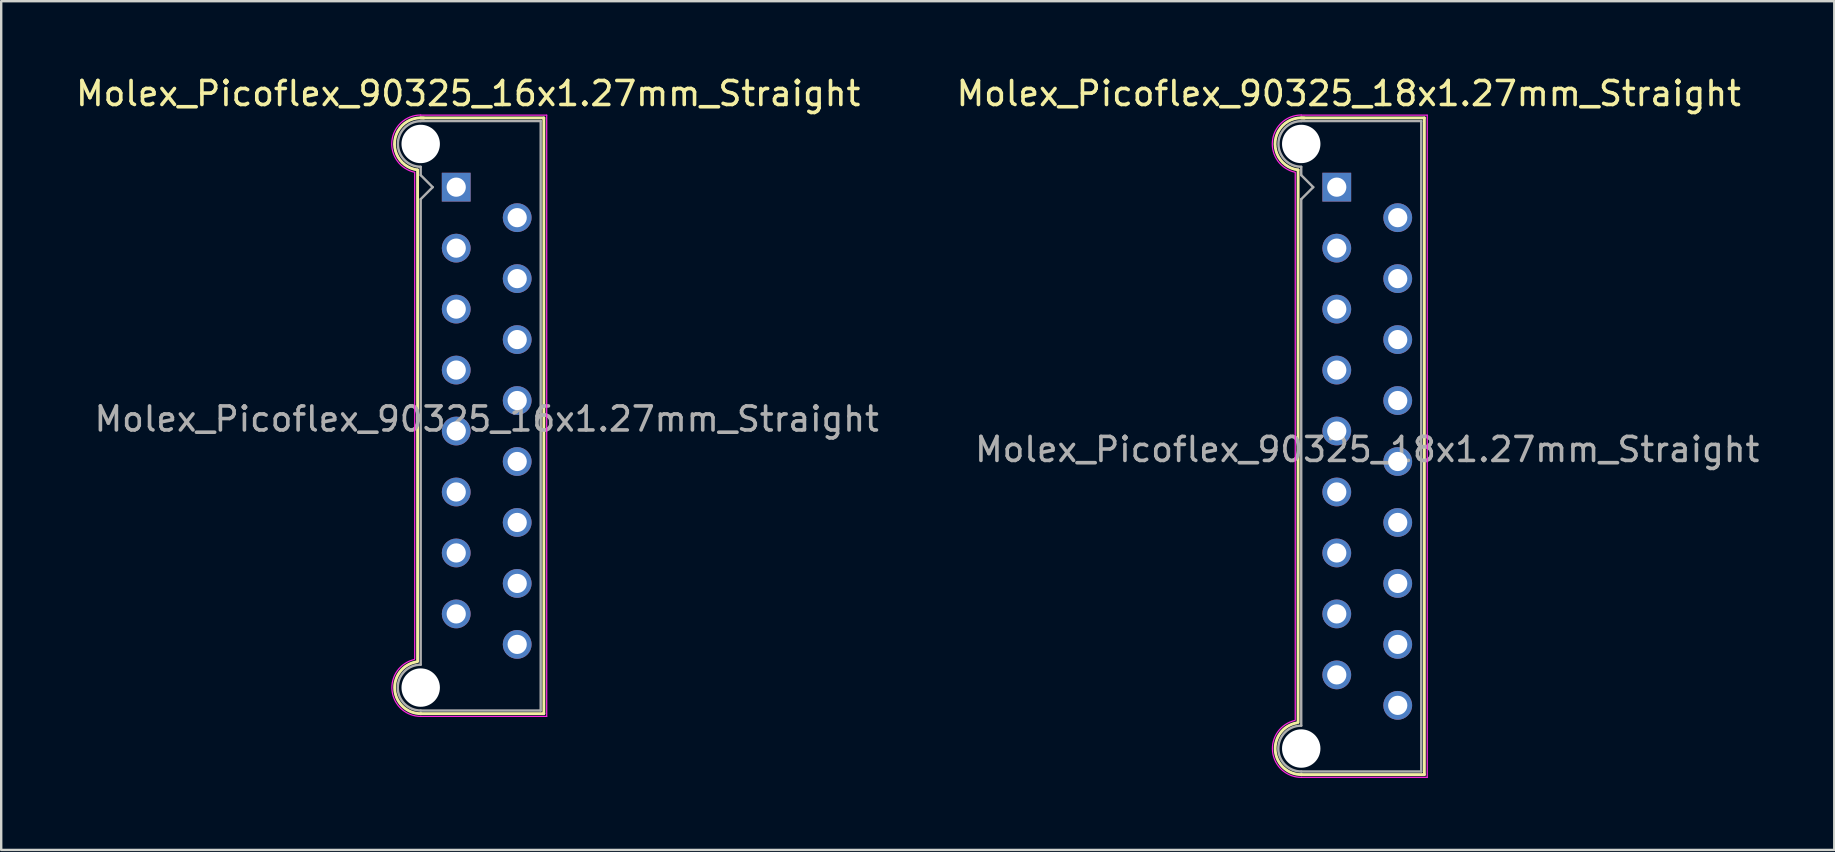
<source format=kicad_pcb>
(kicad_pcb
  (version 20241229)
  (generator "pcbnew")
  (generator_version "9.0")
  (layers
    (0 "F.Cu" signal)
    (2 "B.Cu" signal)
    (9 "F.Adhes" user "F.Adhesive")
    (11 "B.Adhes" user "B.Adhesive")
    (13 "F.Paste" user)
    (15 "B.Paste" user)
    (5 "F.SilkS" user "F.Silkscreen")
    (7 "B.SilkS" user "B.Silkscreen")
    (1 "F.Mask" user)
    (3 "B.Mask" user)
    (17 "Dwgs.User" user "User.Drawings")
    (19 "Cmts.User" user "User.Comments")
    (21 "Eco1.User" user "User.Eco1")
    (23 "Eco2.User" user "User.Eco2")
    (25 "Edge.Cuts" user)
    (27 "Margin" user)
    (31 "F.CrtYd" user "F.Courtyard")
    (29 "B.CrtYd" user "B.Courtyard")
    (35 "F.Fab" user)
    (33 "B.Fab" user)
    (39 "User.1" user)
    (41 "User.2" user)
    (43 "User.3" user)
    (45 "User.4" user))
  (footprint "Molex_Picoflex_90325_18x1.27mm_Straight"
    (layer "F.Cu")
    (at 52.645 4.748)
    (property "Reference" "Molex_Picoflex_90325_18x1.27mm_Straight" (at 0.5 -3.9 0) (layer "F.SilkS") (effects (font (size 1 1) (thickness 0.15))))
    (attr through_hole)
    (fp_line (start -1.61 -0.715) (end -1.61 22.305) (stroke (width 0.12) (type solid)) (layer "F.SilkS"))
    (fp_line (start -1.48 -2.885) (end 3.65 -2.885) (stroke (width 0.12) (type solid)) (layer "F.SilkS"))
    (fp_line (start 3.65 -2.885) (end 3.65 24.475) (stroke (width 0.12) (type solid)) (layer "F.SilkS"))
    (fp_line (start 3.65 24.475) (end -1.48 24.475) (stroke (width 0.12) (type solid)) (layer "F.SilkS"))
    (fp_arc (start -1.61 -0.72) (mid -2.56 -1.93) (end -1.35 -2.88) (stroke (width 0.12) (type solid)) (layer "F.SilkS"))
    (fp_arc (start -1.47 24.475) (mid -2.56 23.494526) (end -1.678256 22.32322) (stroke (width 0.12) (type solid)) (layer "F.SilkS"))
    (fp_line (start -1.73 -0.6) (end -1.73 22.19) (stroke (width 0.05) (type solid)) (layer "F.CrtYd"))
    (fp_line (start -1.48 -3) (end 3.77 -3) (stroke (width 0.05) (type solid)) (layer "F.CrtYd"))
    (fp_line (start 3.77 -3) (end 3.77 24.59) (stroke (width 0.05) (type solid)) (layer "F.CrtYd"))
    (fp_line (start 3.77 24.59) (end -1.48 24.59) (stroke (width 0.05) (type solid)) (layer "F.CrtYd"))
    (fp_arc (start -1.73 -0.62) (mid -2.679668 -1.925287) (end -1.480799 -3.006192) (stroke (width 0.05) (type solid)) (layer "F.CrtYd"))
    (fp_arc (start -1.47 24.59) (mid -2.672381 23.52538) (end -1.739276 22.218302) (stroke (width 0.05) (type solid)) (layer "F.CrtYd"))
    (fp_line (start -1.48 -2.755) (end 3.52 -2.755) (stroke (width 0.1) (type solid)) (layer "F.Fab"))
    (fp_line (start -1.48 -0.845) (end -1.48 -0.5) (stroke (width 0.1) (type solid)) (layer "F.Fab"))
    (fp_line (start -1.48 -0.5) (end -0.98 0) (stroke (width 0.1) (type solid)) (layer "F.Fab"))
    (fp_line (start -1.48 0.5) (end -1.48 22.435) (stroke (width 0.1) (type solid)) (layer "F.Fab"))
    (fp_line (start -0.98 0) (end -1.48 0.5) (stroke (width 0.1) (type solid)) (layer "F.Fab"))
    (fp_line (start 3.52 -2.755) (end 3.52 24.345) (stroke (width 0.1) (type solid)) (layer "F.Fab"))
    (fp_line (start 3.52 24.345) (end -1.48 24.345) (stroke (width 0.1) (type solid)) (layer "F.Fab"))
    (fp_arc (start -1.48 -0.85) (mid -2.43 -1.8) (end -1.48 -2.75) (stroke (width 0.1) (type solid)) (layer "F.Fab"))
    (fp_arc (start -1.48 24.345) (mid -2.435 23.39) (end -1.48 22.435) (stroke (width 0.1) (type solid)) (layer "F.Fab"))
    (fp_text user "${REFERENCE}" (at 1.27 10.93 0) (layer "F.Fab") (effects (font (size 1 1) (thickness 0.15))))
    (pad "" np_thru_hole circle (at -1.48 -1.8) (size 1.6 1.6) (drill 1.6) (layers "*.Cu"))
    (pad "" np_thru_hole circle (at -1.48 23.39) (size 1.6 1.6) (drill 1.6) (layers "*.Cu"))
    (pad "1" thru_hole rect (at 0 0) (size 1.2 1.2) (drill 0.8) (layers "*.Cu" "*.Mask"))
    (pad "2" thru_hole circle (at 2.54 1.27) (size 1.2 1.2) (drill 0.8) (layers "*.Cu" "*.Mask"))
    (pad "3" thru_hole circle (at 0 2.54) (size 1.2 1.2) (drill 0.8) (layers "*.Cu" "*.Mask"))
    (pad "4" thru_hole circle (at 2.54 3.81) (size 1.2 1.2) (drill 0.8) (layers "*.Cu" "*.Mask"))
    (pad "5" thru_hole circle (at 0 5.08) (size 1.2 1.2) (drill 0.8) (layers "*.Cu" "*.Mask"))
    (pad "6" thru_hole circle (at 2.54 6.35) (size 1.2 1.2) (drill 0.8) (layers "*.Cu" "*.Mask"))
    (pad "7" thru_hole circle (at 0 7.62) (size 1.2 1.2) (drill 0.8) (layers "*.Cu" "*.Mask"))
    (pad "8" thru_hole circle (at 2.54 8.89) (size 1.2 1.2) (drill 0.8) (layers "*.Cu" "*.Mask"))
    (pad "9" thru_hole circle (at 0 10.16) (size 1.2 1.2) (drill 0.8) (layers "*.Cu" "*.Mask"))
    (pad "10" thru_hole circle (at 2.54 11.43) (size 1.2 1.2) (drill 0.8) (layers "*.Cu" "*.Mask"))
    (pad "11" thru_hole circle (at 0 12.7) (size 1.2 1.2) (drill 0.8) (layers "*.Cu" "*.Mask"))
    (pad "12" thru_hole circle (at 2.54 13.97) (size 1.2 1.2) (drill 0.8) (layers "*.Cu" "*.Mask"))
    (pad "13" thru_hole circle (at 0 15.24) (size 1.2 1.2) (drill 0.8) (layers "*.Cu" "*.Mask"))
    (pad "14" thru_hole circle (at 2.54 16.51) (size 1.2 1.2) (drill 0.8) (layers "*.Cu" "*.Mask"))
    (pad "15" thru_hole circle (at 0 17.78) (size 1.2 1.2) (drill 0.8) (layers "*.Cu" "*.Mask"))
    (pad "16" thru_hole circle (at 2.54 19.05) (size 1.2 1.2) (drill 0.8) (layers "*.Cu" "*.Mask"))
    (pad "17" thru_hole circle (at 0 20.32) (size 1.2 1.2) (drill 0.8) (layers "*.Cu" "*.Mask"))
    (pad "18" thru_hole circle (at 2.54 21.59) (size 1.2 1.2) (drill 0.8) (layers "*.Cu" "*.Mask")))
  (footprint "Molex_Picoflex_90325_16x1.27mm_Straight"
    (layer "F.Cu")
    (at 15.958 4.748)
    (property "Reference" "Molex_Picoflex_90325_16x1.27mm_Straight" (at 0.5 -3.9 0) (layer "F.SilkS") (effects (font (size 1 1) (thickness 0.15))))
    (attr through_hole)
    (fp_line (start -1.61 -0.715) (end -1.61 19.765) (stroke (width 0.12) (type solid)) (layer "F.SilkS"))
    (fp_line (start -1.48 -2.885) (end 3.65 -2.885) (stroke (width 0.12) (type solid)) (layer "F.SilkS"))
    (fp_line (start 3.65 -2.885) (end 3.65 21.935) (stroke (width 0.12) (type solid)) (layer "F.SilkS"))
    (fp_line (start 3.65 21.935) (end -1.48 21.935) (stroke (width 0.12) (type solid)) (layer "F.SilkS"))
    (fp_arc (start -1.61 -0.72) (mid -2.56 -1.93) (end -1.35 -2.88) (stroke (width 0.12) (type solid)) (layer "F.SilkS"))
    (fp_arc (start -1.47 21.935) (mid -2.56 20.954526) (end -1.678256 19.78322) (stroke (width 0.12) (type solid)) (layer "F.SilkS"))
    (fp_line (start -1.73 -0.6) (end -1.73 19.65) (stroke (width 0.05) (type solid)) (layer "F.CrtYd"))
    (fp_line (start -1.48 -3) (end 3.77 -3) (stroke (width 0.05) (type solid)) (layer "F.CrtYd"))
    (fp_line (start 3.77 -3) (end 3.77 22.05) (stroke (width 0.05) (type solid)) (layer "F.CrtYd"))
    (fp_line (start 3.77 22.05) (end -1.48 22.05) (stroke (width 0.05) (type solid)) (layer "F.CrtYd"))
    (fp_arc (start -1.73 -0.62) (mid -2.679668 -1.925287) (end -1.480799 -3.006192) (stroke (width 0.05) (type solid)) (layer "F.CrtYd"))
    (fp_arc (start -1.47 22.05) (mid -2.672381 20.98538) (end -1.739276 19.678302) (stroke (width 0.05) (type solid)) (layer "F.CrtYd"))
    (fp_line (start -1.48 -2.755) (end 3.52 -2.755) (stroke (width 0.1) (type solid)) (layer "F.Fab"))
    (fp_line (start -1.48 -0.845) (end -1.48 -0.5) (stroke (width 0.1) (type solid)) (layer "F.Fab"))
    (fp_line (start -1.48 -0.5) (end -0.98 0) (stroke (width 0.1) (type solid)) (layer "F.Fab"))
    (fp_line (start -1.48 0.5) (end -1.48 19.895) (stroke (width 0.1) (type solid)) (layer "F.Fab"))
    (fp_line (start -0.98 0) (end -1.48 0.5) (stroke (width 0.1) (type solid)) (layer "F.Fab"))
    (fp_line (start 3.52 -2.755) (end 3.52 21.805) (stroke (width 0.1) (type solid)) (layer "F.Fab"))
    (fp_line (start 3.52 21.805) (end -1.48 21.805) (stroke (width 0.1) (type solid)) (layer "F.Fab"))
    (fp_arc (start -1.48 -0.85) (mid -2.43 -1.8) (end -1.48 -2.75) (stroke (width 0.1) (type solid)) (layer "F.Fab"))
    (fp_arc (start -1.48 21.805) (mid -2.435 20.85) (end -1.48 19.895) (stroke (width 0.1) (type solid)) (layer "F.Fab"))
    (fp_text user "${REFERENCE}" (at 1.27 9.66 0) (layer "F.Fab") (effects (font (size 1 1) (thickness 0.15))))
    (pad "" np_thru_hole circle (at -1.48 -1.8) (size 1.6 1.6) (drill 1.6) (layers "*.Cu"))
    (pad "" np_thru_hole circle (at -1.48 20.85) (size 1.6 1.6) (drill 1.6) (layers "*.Cu"))
    (pad "1" thru_hole rect (at 0 0) (size 1.2 1.2) (drill 0.8) (layers "*.Cu" "*.Mask"))
    (pad "2" thru_hole circle (at 2.54 1.27) (size 1.2 1.2) (drill 0.8) (layers "*.Cu" "*.Mask"))
    (pad "3" thru_hole circle (at 0 2.54) (size 1.2 1.2) (drill 0.8) (layers "*.Cu" "*.Mask"))
    (pad "4" thru_hole circle (at 2.54 3.81) (size 1.2 1.2) (drill 0.8) (layers "*.Cu" "*.Mask"))
    (pad "5" thru_hole circle (at 0 5.08) (size 1.2 1.2) (drill 0.8) (layers "*.Cu" "*.Mask"))
    (pad "6" thru_hole circle (at 2.54 6.35) (size 1.2 1.2) (drill 0.8) (layers "*.Cu" "*.Mask"))
    (pad "7" thru_hole circle (at 0 7.62) (size 1.2 1.2) (drill 0.8) (layers "*.Cu" "*.Mask"))
    (pad "8" thru_hole circle (at 2.54 8.89) (size 1.2 1.2) (drill 0.8) (layers "*.Cu" "*.Mask"))
    (pad "9" thru_hole circle (at 0 10.16) (size 1.2 1.2) (drill 0.8) (layers "*.Cu" "*.Mask"))
    (pad "10" thru_hole circle (at 2.54 11.43) (size 1.2 1.2) (drill 0.8) (layers "*.Cu" "*.Mask"))
    (pad "11" thru_hole circle (at 0 12.7) (size 1.2 1.2) (drill 0.8) (layers "*.Cu" "*.Mask"))
    (pad "12" thru_hole circle (at 2.54 13.97) (size 1.2 1.2) (drill 0.8) (layers "*.Cu" "*.Mask"))
    (pad "13" thru_hole circle (at 0 15.24) (size 1.2 1.2) (drill 0.8) (layers "*.Cu" "*.Mask"))
    (pad "14" thru_hole circle (at 2.54 16.51) (size 1.2 1.2) (drill 0.8) (layers "*.Cu" "*.Mask"))
    (pad "15" thru_hole circle (at 0 17.78) (size 1.2 1.2) (drill 0.8) (layers "*.Cu" "*.Mask"))
    (pad "16" thru_hole circle (at 2.54 19.05) (size 1.2 1.2) (drill 0.8) (layers "*.Cu" "*.Mask")))
  (gr_rect
    (start -3 -3)
    (end 73.373 32.363)
    (stroke (width 0.1) (type default))
    (fill no)
    (layer "Edge.Cuts")))
</source>
